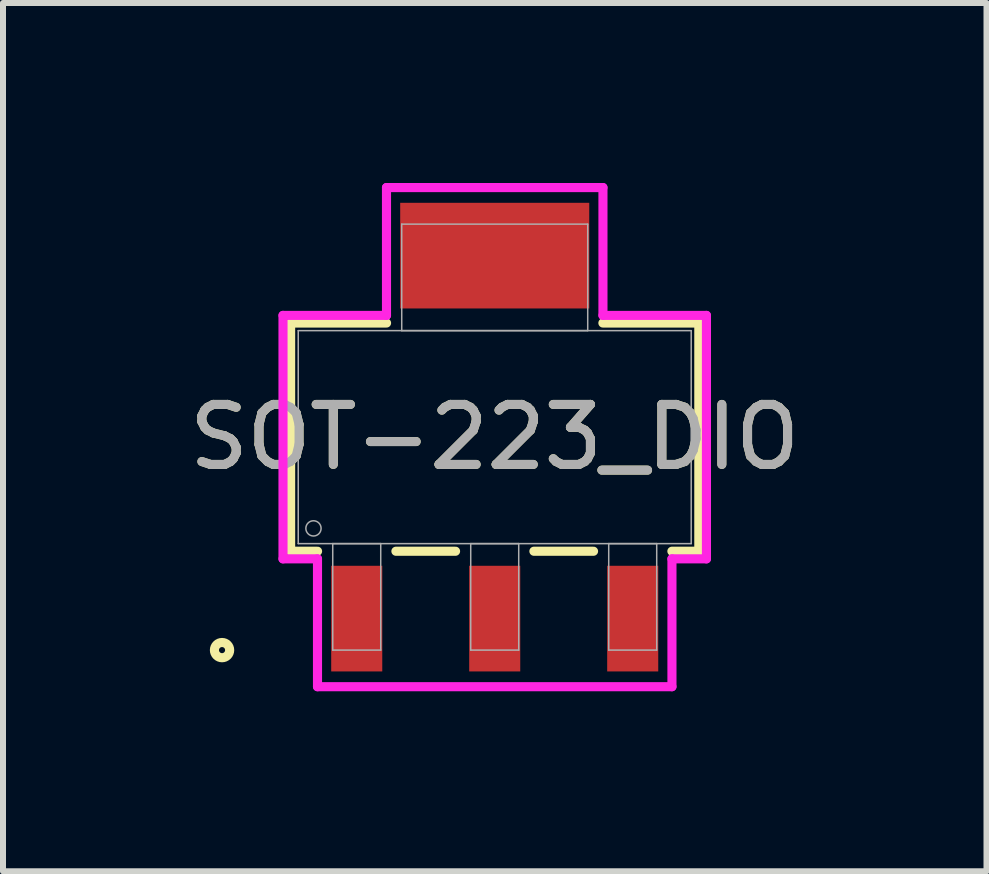
<source format=kicad_pcb>
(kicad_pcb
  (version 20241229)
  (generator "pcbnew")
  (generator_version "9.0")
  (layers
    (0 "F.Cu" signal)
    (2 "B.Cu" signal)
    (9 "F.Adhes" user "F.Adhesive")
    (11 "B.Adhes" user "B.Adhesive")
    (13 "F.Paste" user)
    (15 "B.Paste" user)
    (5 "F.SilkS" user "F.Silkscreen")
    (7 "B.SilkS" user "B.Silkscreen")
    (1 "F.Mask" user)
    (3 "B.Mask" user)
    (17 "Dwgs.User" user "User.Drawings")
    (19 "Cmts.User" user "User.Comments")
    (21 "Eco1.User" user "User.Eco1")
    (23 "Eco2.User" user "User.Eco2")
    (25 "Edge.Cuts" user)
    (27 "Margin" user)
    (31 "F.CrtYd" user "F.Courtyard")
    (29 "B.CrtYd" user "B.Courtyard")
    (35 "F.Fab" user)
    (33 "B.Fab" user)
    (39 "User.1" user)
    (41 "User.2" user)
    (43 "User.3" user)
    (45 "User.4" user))
  (footprint "SOT-223_DIO"
    (layer "F.Cu")
    (at 5.196 4.236)
    (property "Reference" "SOT-223_DIO" (at 0 0 0) (unlocked yes) (layer "F.SilkS") (effects (font (size 1 1) (thickness 0.15))))
    (attr smd)
    (fp_line (start -3.402 -1.902) (end -3.402 1.902) (stroke (width 0.152) (type solid)) (layer "F.SilkS"))
    (fp_line (start -3.402 1.902) (end -2.953 1.902) (stroke (width 0.152) (type solid)) (layer "F.SilkS"))
    (fp_line (start -1.803 -1.902) (end -3.402 -1.902) (stroke (width 0.152) (type solid)) (layer "F.SilkS"))
    (fp_line (start -1.647 1.902) (end -0.653 1.902) (stroke (width 0.152) (type solid)) (layer "F.SilkS"))
    (fp_line (start 0.653 1.902) (end 1.647 1.902) (stroke (width 0.152) (type solid)) (layer "F.SilkS"))
    (fp_line (start 2.953 1.902) (end 3.402 1.902) (stroke (width 0.152) (type solid)) (layer "F.SilkS"))
    (fp_line (start 3.402 -1.902) (end 1.803 -1.902) (stroke (width 0.152) (type solid)) (layer "F.SilkS"))
    (fp_line (start 3.402 1.902) (end 3.402 -1.902) (stroke (width 0.152) (type solid)) (layer "F.SilkS"))
    (fp_circle (center -4.545 3.55) (end -4.418 3.55) (stroke (width 0.152) (type solid)) (fill no) (layer "F.SilkS"))
    (fp_line (start -3.529 -2.029) (end -1.804 -2.029) (stroke (width 0.152) (type solid)) (layer "F.CrtYd"))
    (fp_line (start -3.529 2.029) (end -3.529 -2.029) (stroke (width 0.152) (type solid)) (layer "F.CrtYd"))
    (fp_line (start -2.954 2.029) (end -3.529 2.029) (stroke (width 0.152) (type solid)) (layer "F.CrtYd"))
    (fp_line (start -2.954 4.16) (end -2.954 2.029) (stroke (width 0.152) (type solid)) (layer "F.CrtYd"))
    (fp_line (start -1.804 -4.16) (end 1.804 -4.16) (stroke (width 0.152) (type solid)) (layer "F.CrtYd"))
    (fp_line (start -1.804 -2.029) (end -1.804 -4.16) (stroke (width 0.152) (type solid)) (layer "F.CrtYd"))
    (fp_line (start 1.804 -4.16) (end 1.804 -2.029) (stroke (width 0.152) (type solid)) (layer "F.CrtYd"))
    (fp_line (start 1.804 -2.029) (end 3.529 -2.029) (stroke (width 0.152) (type solid)) (layer "F.CrtYd"))
    (fp_line (start 2.954 2.029) (end 2.954 4.16) (stroke (width 0.152) (type solid)) (layer "F.CrtYd"))
    (fp_line (start 2.954 4.16) (end -2.954 4.16) (stroke (width 0.152) (type solid)) (layer "F.CrtYd"))
    (fp_line (start 3.529 -2.029) (end 3.529 2.029) (stroke (width 0.152) (type solid)) (layer "F.CrtYd"))
    (fp_line (start 3.529 2.029) (end 2.954 2.029) (stroke (width 0.152) (type solid)) (layer "F.CrtYd"))
    (fp_line (start -3.275 -1.775) (end -3.275 1.775) (stroke (width 0.025) (type solid)) (layer "F.Fab"))
    (fp_line (start -3.275 1.775) (end 3.275 1.775) (stroke (width 0.025) (type solid)) (layer "F.Fab"))
    (fp_line (start -2.7 1.775) (end -2.7 3.55) (stroke (width 0.025) (type solid)) (layer "F.Fab"))
    (fp_line (start -2.7 3.55) (end -1.9 3.55) (stroke (width 0.025) (type solid)) (layer "F.Fab"))
    (fp_line (start -1.9 1.775) (end -2.7 1.775) (stroke (width 0.025) (type solid)) (layer "F.Fab"))
    (fp_line (start -1.9 3.55) (end -1.9 1.775) (stroke (width 0.025) (type solid)) (layer "F.Fab"))
    (fp_line (start -1.55 -3.55) (end -1.55 -1.775) (stroke (width 0.025) (type solid)) (layer "F.Fab"))
    (fp_line (start -1.55 -1.775) (end 1.55 -1.775) (stroke (width 0.025) (type solid)) (layer "F.Fab"))
    (fp_line (start -0.4 1.775) (end -0.4 3.55) (stroke (width 0.025) (type solid)) (layer "F.Fab"))
    (fp_line (start -0.4 3.55) (end 0.4 3.55) (stroke (width 0.025) (type solid)) (layer "F.Fab"))
    (fp_line (start 0.4 1.775) (end -0.4 1.775) (stroke (width 0.025) (type solid)) (layer "F.Fab"))
    (fp_line (start 0.4 3.55) (end 0.4 1.775) (stroke (width 0.025) (type solid)) (layer "F.Fab"))
    (fp_line (start 1.55 -3.55) (end -1.55 -3.55) (stroke (width 0.025) (type solid)) (layer "F.Fab"))
    (fp_line (start 1.55 -1.775) (end 1.55 -3.55) (stroke (width 0.025) (type solid)) (layer "F.Fab"))
    (fp_line (start 1.9 1.775) (end 1.9 3.55) (stroke (width 0.025) (type solid)) (layer "F.Fab"))
    (fp_line (start 1.9 3.55) (end 2.7 3.55) (stroke (width 0.025) (type solid)) (layer "F.Fab"))
    (fp_line (start 2.7 1.775) (end 1.9 1.775) (stroke (width 0.025) (type solid)) (layer "F.Fab"))
    (fp_line (start 2.7 3.55) (end 2.7 1.775) (stroke (width 0.025) (type solid)) (layer "F.Fab"))
    (fp_line (start 3.275 -1.775) (end -3.275 -1.775) (stroke (width 0.025) (type solid)) (layer "F.Fab"))
    (fp_line (start 3.275 1.775) (end 3.275 -1.775) (stroke (width 0.025) (type solid)) (layer "F.Fab"))
    (fp_circle (center -3.021 1.521) (end -2.894 1.521) (stroke (width 0.025) (type solid)) (fill no) (layer "F.Fab"))
    (fp_text user "${REFERENCE}" (at 0 0 0) (unlocked yes) (layer "F.Fab") (effects (font (size 1 1) (thickness 0.15))))
    (pad "1" smd rect (at -2.3 3.025) (size 0.851 1.761) (layers "F.Cu" "F.Mask" "F.Paste"))
    (pad "2" smd rect (at 0 3.025) (size 0.851 1.761) (layers "F.Cu" "F.Mask" "F.Paste"))
    (pad "3" smd rect (at 2.3 3.025) (size 0.851 1.761) (layers "F.Cu" "F.Mask" "F.Paste"))
    (pad "4" smd rect (at 0 -3.025) (size 3.151 1.761) (layers "F.Cu" "F.Mask" "F.Paste")))
  (gr_rect
    (start -3 -3)
    (end 13.393 11.472)
    (stroke (width 0.1) (type default))
    (fill no)
    (layer "Edge.Cuts")))
</source>
